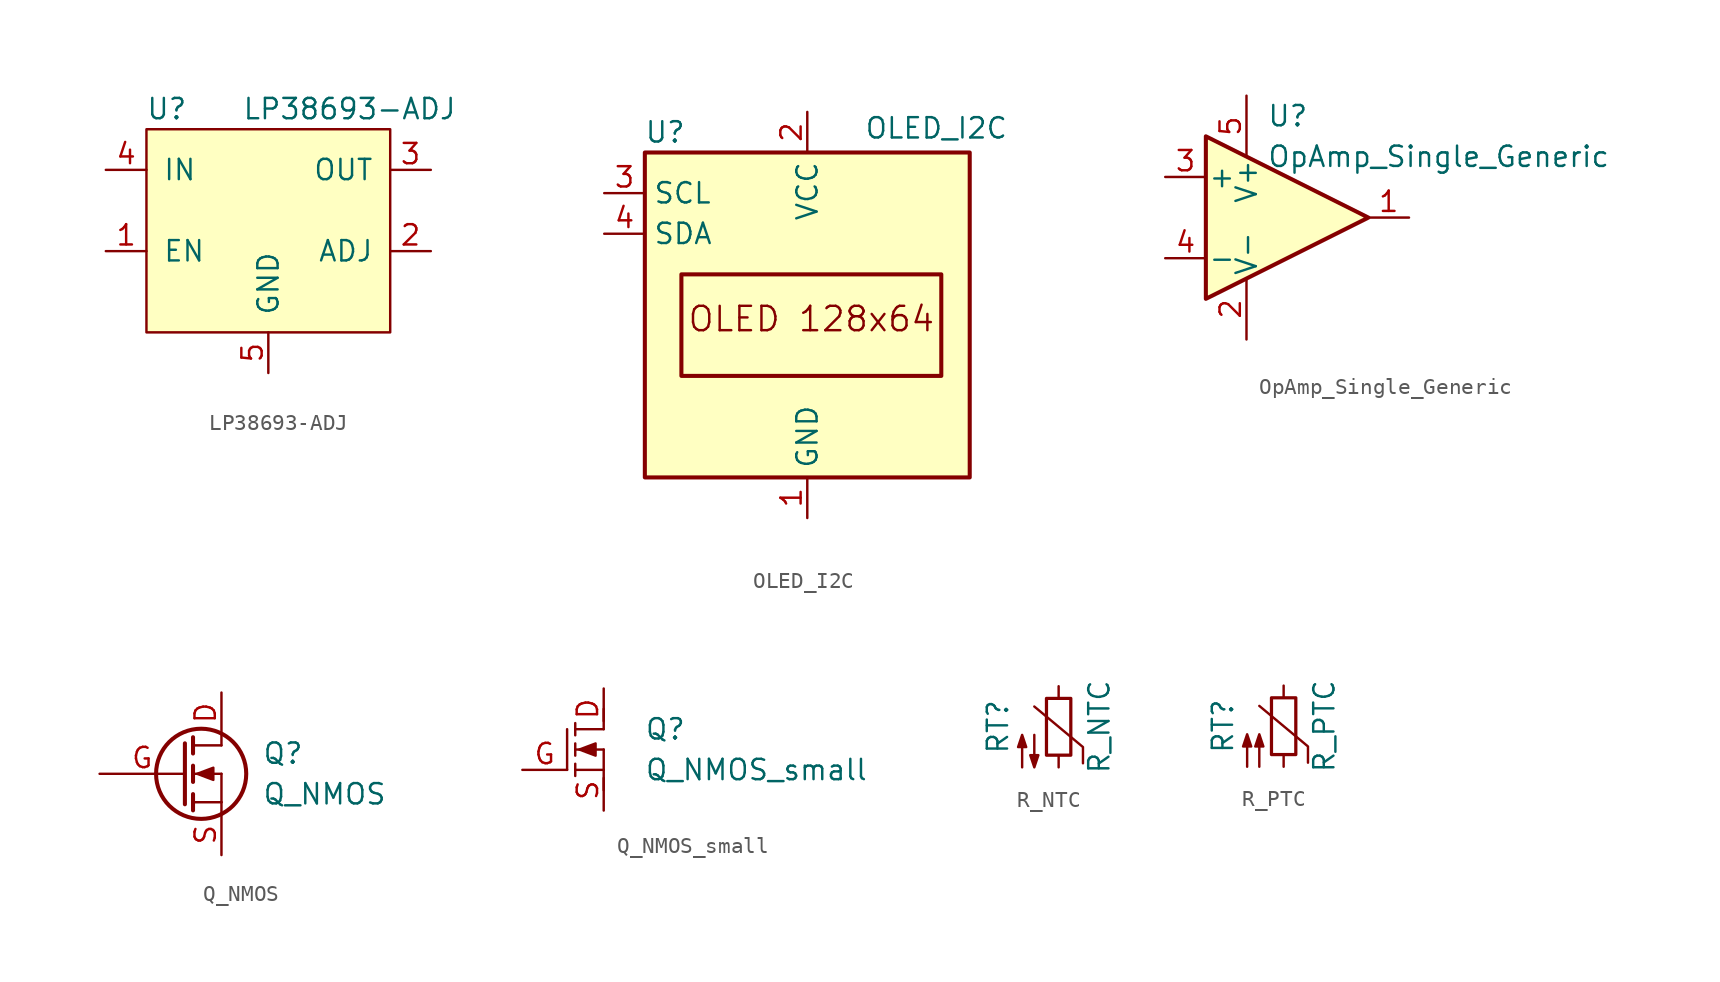
<source format=kicad_sym>
(kicad_symbol_lib
  (version 20220914)
  (generator kicad_symbol_editor)
  (symbol "LP38693-ADJ"
    (pin_names
      (offset 1.016))
    (property "Reference" "U"
      (at -6.35 8.89 0)
      (effects (font (size 1.27 1.27))))
    (property "Value" "LP38693-ADJ"
      (at 5.08 8.89 0)
      (effects (font (size 1.27 1.27))))
    (symbol "LP38693-ADJ_0_1"
      (rectangle (start -7.62 -5.08) (end 7.62 7.62) (stroke (width 0) (type default)) (fill (type background))))
    (symbol "LP38693-ADJ_1_1"
      (pin input line (at -10.16 0 0) (length 2.54) (name "EN" (effects (font (size 1.27 1.27)))) (number "1" (effects (font (size 1.27 1.27)))))
      (pin input line (at 10.16 0 180) (length 2.54) (name "ADJ" (effects (font (size 1.27 1.27)))) (number "2" (effects (font (size 1.27 1.27)))))
      (pin power_out line (at 10.16 5.08 180) (length 2.54) (name "OUT" (effects (font (size 1.27 1.27)))) (number "3" (effects (font (size 1.27 1.27)))))
      (pin power_in line (at -10.16 5.08 0) (length 2.54) (name "IN" (effects (font (size 1.27 1.27)))) (number "4" (effects (font (size 1.27 1.27)))))
      (pin power_out line (at 0 -7.62 90) (length 2.54) (name "GND" (effects (font (size 1.27 1.27)))) (number "5" (effects (font (size 1.27 1.27)))))))
  (symbol "OLED_I2C"
    (property "Reference" "U"
      (at -8.89 11.43 0)
      (effects (font (size 1.27 1.27))))
    (property "Value" "OLED_I2C"
      (at 3.556 11.684 0)
      (effects (font (size 1.27 1.27)) (justify left)))
    (symbol "OLED_I2C_0_0"
      (rectangle (start -7.874 2.54) (end 8.382 -3.81) (stroke (width 0.254) (type default)) (fill (type none)))
      (text "OLED 128x64" (at 0.254 -0.254 0) (effects (font (size 1.524 1.524)))))
    (symbol "OLED_I2C_0_1"
      (rectangle (start -10.16 10.16) (end 10.16 -10.16) (stroke (width 0.254) (type default)) (fill (type background))))
    (symbol "OLED_I2C_1_1"
      (pin power_in line (at 0 -12.7 90) (length 2.54) (name "GND" (effects (font (size 1.27 1.27)))) (number "1" (effects (font (size 1.27 1.27)))))
      (pin power_in line (at 0 12.7 270) (length 2.54) (name "VCC" (effects (font (size 1.27 1.27)))) (number "2" (effects (font (size 1.27 1.27)))))
      (pin input line (at -12.7 7.62 0) (length 2.54) (name "SCL" (effects (font (size 1.27 1.27)))) (number "3" (effects (font (size 1.27 1.27)))))
      (pin bidirectional line (at -12.7 5.08 0) (length 2.54) (name "SDA" (effects (font (size 1.27 1.27)))) (number "4" (effects (font (size 1.27 1.27)))))))
  (symbol "OpAmp_Single_Generic"
    (pin_names
      (offset 0.127))
    (property "Reference" "U"
      (at -1.27 6.35 0)
      (effects (font (size 1.27 1.27)) (justify left)))
    (property "Value" "OpAmp_Single_Generic"
      (at -1.27 3.81 0)
      (effects (font (size 1.27 1.27)) (justify left)))
    (symbol "OpAmp_Single_Generic_0_1"
      (polyline (pts (xy -5.08 5.08) (xy 5.08 0) (xy -5.08 -5.08) (xy -5.08 5.08)) (stroke (width 0.254) (type default)) (fill (type background)))
      (pin power_in line (at -2.54 -7.62 90) (length 3.81) (name "V-" (effects (font (size 1.27 1.27)))) (number "2" (effects (font (size 1.27 1.27)))))
      (pin power_in line (at -2.54 7.62 270) (length 3.81) (name "V+" (effects (font (size 1.27 1.27)))) (number "5" (effects (font (size 1.27 1.27))))))
    (symbol "OpAmp_Single_Generic_1_1"
      (pin output line (at 7.62 0 180) (length 2.54) (name "~" (effects (font (size 1.27 1.27)))) (number "1" (effects (font (size 1.27 1.27)))))
      (pin input line (at -7.62 2.54 0) (length 2.54) (name "+" (effects (font (size 1.27 1.27)))) (number "3" (effects (font (size 1.27 1.27)))))
      (pin input line (at -7.62 -2.54 0) (length 2.54) (name "-" (effects (font (size 1.27 1.27)))) (number "4" (effects (font (size 1.27 1.27)))))))
  (symbol "Q_NMOS"
    (pin_names
      (offset 0) hide)
    (property "Reference" "Q"
      (at 5.08 1.27 0)
      (effects (font (size 1.27 1.27)) (justify left)))
    (property "Value" "Q_NMOS"
      (at 5.08 -1.27 0)
      (effects (font (size 1.27 1.27)) (justify left)))
    (property "Footprint" ""
      (at 5.08 2.54 0)
      (effects (font (size 1.27 1.27))))
    (property "Datasheet" ""
      (at 0 0 0)
      (effects (font (size 1.27 1.27))))
    (symbol "Q_NMOS_0_1"
      (polyline (pts (xy 0.762 -1.778) (xy 2.54 -1.778)) (stroke (width 0) (type default)) (fill (type none)))
      (polyline (pts (xy 0.762 -1.27) (xy 0.762 -2.286)) (stroke (width 0.254) (type default)) (fill (type none)))
      (polyline (pts (xy 0.762 0) (xy 2.54 0)) (stroke (width 0) (type default)) (fill (type none)))
      (polyline (pts (xy 0.762 0.508) (xy 0.762 -0.508)) (stroke (width 0.254) (type default)) (fill (type none)))
      (polyline (pts (xy 0.762 1.778) (xy 2.54 1.778)) (stroke (width 0) (type default)) (fill (type none)))
      (polyline (pts (xy 0.762 2.286) (xy 0.762 1.27)) (stroke (width 0.254) (type default)) (fill (type none)))
      (polyline (pts (xy 2.54 -1.778) (xy 2.54 -2.54)) (stroke (width 0) (type default)) (fill (type none)))
      (polyline (pts (xy 2.54 -1.778) (xy 2.54 0)) (stroke (width 0) (type default)) (fill (type none)))
      (polyline (pts (xy 2.54 2.54) (xy 2.54 1.778)) (stroke (width 0) (type default)) (fill (type none)))
      (polyline (pts (xy 0.254 1.905) (xy 0.254 -1.905) (xy 0.254 -1.905)) (stroke (width 0.254) (type default)) (fill (type none)))
      (polyline (pts (xy 1.016 0) (xy 2.032 0.381) (xy 2.032 -0.381) (xy 1.016 0)) (stroke (width 0) (type default)) (fill (type outline)))
      (circle (center 1.27 0) (radius 2.819) (stroke (width 0.254) (type default)) (fill (type none))))
    (symbol "Q_NMOS_1_1"
      (pin passive line (at 2.54 5.08 270) (length 2.54) (name "D" (effects (font (size 1.27 1.27)))) (number "D" (effects (font (size 1.27 1.27)))))
      (pin input line (at -5.08 0 0) (length 5.334) (name "G" (effects (font (size 1.27 1.27)))) (number "G" (effects (font (size 1.27 1.27)))))
      (pin passive line (at 2.54 -5.08 90) (length 2.54) (name "S" (effects (font (size 1.27 1.27)))) (number "S" (effects (font (size 1.27 1.27)))))))
  (symbol "Q_NMOS_small"
    (pin_names
      (offset 0) hide)
    (property "Reference" "Q"
      (at 5.08 1.27 0)
      (effects (font (size 1.27 1.27)) (justify left)))
    (property "Value" "Q_NMOS_small"
      (at 5.08 -1.27 0)
      (effects (font (size 1.27 1.27)) (justify left)))
    (property "Footprint" ""
      (at 5.08 2.54 0)
      (effects (font (size 1.27 1.27))))
    (property "Datasheet" ""
      (at 0 0 0)
      (effects (font (size 1.27 1.27))))
    (symbol "Q_NMOS_small_0_1"
      (polyline (pts (xy 0.762 -1.27) (xy 2.54 -1.27)) (stroke (width 0) (type default)) (fill (type none)))
      (polyline (pts (xy 0.762 -0.889) (xy 0.762 -1.651)) (stroke (width 0) (type default)) (fill (type none)))
      (polyline (pts (xy 0.762 0) (xy 2.54 0)) (stroke (width 0) (type default)) (fill (type none)))
      (polyline (pts (xy 0.762 0.381) (xy 0.762 -0.381)) (stroke (width 0) (type default)) (fill (type none)))
      (polyline (pts (xy 0.762 1.27) (xy 2.54 1.27)) (stroke (width 0) (type default)) (fill (type none)))
      (polyline (pts (xy 0.762 1.651) (xy 0.762 0.889)) (stroke (width 0) (type default)) (fill (type none)))
      (polyline (pts (xy 2.54 -1.778) (xy 2.54 -2.54)) (stroke (width 0) (type default)) (fill (type none)))
      (polyline (pts (xy 2.54 -1.27) (xy 2.54 0)) (stroke (width 0) (type default)) (fill (type none)))
      (polyline (pts (xy 2.54 2.54) (xy 2.54 1.778)) (stroke (width 0) (type default)) (fill (type none)))
      (polyline (pts (xy 0.254 1.27) (xy 0.254 -1.27) (xy 0.254 -1.143)) (stroke (width 0) (type default)) (fill (type none)))
      (polyline (pts (xy 1.016 0) (xy 2.032 0.381) (xy 2.032 -0.381) (xy 1.016 0)) (stroke (width 0) (type default)) (fill (type outline))))
    (symbol "Q_NMOS_small_1_1"
      (pin passive line (at 2.54 3.81 270) (length 2.54) (name "D" (effects (font (size 1.27 1.27)))) (number "D" (effects (font (size 1.27 1.27)))))
      (pin input line (at -2.54 -1.27 0) (length 2.794) (name "G" (effects (font (size 1.27 1.27)))) (number "G" (effects (font (size 1.27 1.27)))))
      (pin passive line (at 2.54 -3.81 90) (length 2.54) (name "S" (effects (font (size 1.27 1.27)))) (number "S" (effects (font (size 1.27 1.27)))))))
  (symbol "R_NTC"
    (pin_numbers hide)
    (pin_names
      (offset 0))
    (property "Reference" "RT"
      (at -3.81 0 90)
      (effects (font (size 1.27 1.27))))
    (property "Value" "R_NTC"
      (at 2.54 0 90)
      (effects (font (size 1.27 1.27))))
    (symbol "R_NTC_0_1"
      (rectangle (start -0.762 1.778) (end 0.762 -1.778) (stroke (width 0.203) (type default)) (fill (type none)))
      (polyline (pts (xy 1.524 -2.286) (xy 1.524 -1.27) (xy -1.524 1.27)) (stroke (width 0) (type default)) (fill (type none)))
      (polyline (pts (xy -2.286 -2.54) (xy -2.286 -0.508) (xy -2.54 -1.27) (xy -2.032 -1.27) (xy -2.286 -0.508) (xy -2.286 -0.762)) (stroke (width 0) (type default)) (fill (type outline)))
      (polyline (pts (xy -1.524 -0.508) (xy -1.524 -2.54) (xy -1.778 -1.778) (xy -1.27 -1.778) (xy -1.524 -2.54) (xy -1.524 -2.286)) (stroke (width 0) (type default)) (fill (type outline))))
    (symbol "R_NTC_1_1"
      (pin passive line (at 0 2.54 270) (length 0.762) (name "~" (effects (font (size 1.27 1.27)))) (number "1" (effects (font (size 1.27 1.27)))))
      (pin passive line (at 0 -2.54 90) (length 0.762) (name "~" (effects (font (size 1.27 1.27)))) (number "2" (effects (font (size 1.27 1.27)))))))
  (symbol "R_PTC"
    (pin_numbers hide)
    (pin_names
      (offset 0))
    (property "Reference" "RT"
      (at -3.81 0 90)
      (effects (font (size 1.27 1.27))))
    (property "Value" "R_PTC"
      (at 2.54 0 90)
      (effects (font (size 1.27 1.27))))
    (symbol "R_PTC_0_1"
      (rectangle (start -0.762 1.778) (end 0.762 -1.778) (stroke (width 0.203) (type default)) (fill (type none)))
      (polyline (pts (xy 1.524 -2.286) (xy 1.524 -1.27) (xy -1.524 1.27)) (stroke (width 0) (type default)) (fill (type none)))
      (polyline (pts (xy -2.286 -2.54) (xy -2.286 -0.508) (xy -2.54 -1.27) (xy -2.032 -1.27) (xy -2.286 -0.508) (xy -2.286 -0.762)) (stroke (width 0) (type default)) (fill (type outline)))
      (polyline (pts (xy -1.524 -2.54) (xy -1.524 -0.508) (xy -1.27 -1.27) (xy -1.778 -1.27) (xy -1.524 -0.508) (xy -1.524 -0.762)) (stroke (width 0) (type default)) (fill (type outline))))
    (symbol "R_PTC_1_1"
      (pin passive line (at 0 2.54 270) (length 0.762) (name "~" (effects (font (size 1.27 1.27)))) (number "1" (effects (font (size 1.27 1.27)))))
      (pin passive line (at 0 -2.54 90) (length 0.762) (name "~" (effects (font (size 1.27 1.27)))) (number "2" (effects (font (size 1.27 1.27))))))))
</source>
